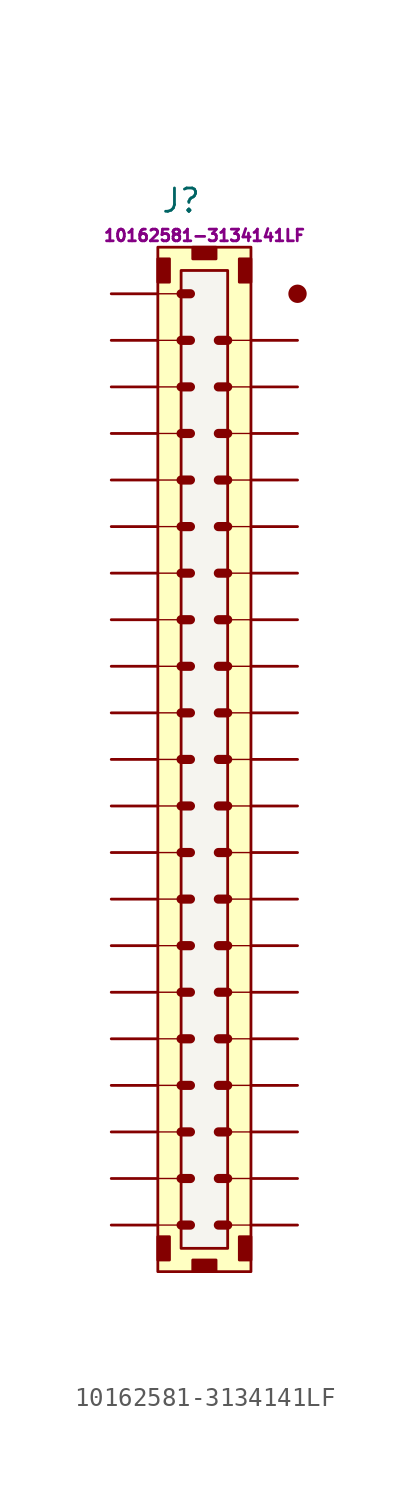
<source format=kicad_sym>
(kicad_symbol_lib
  (version 20220914)
  (generator kicad_symbol_editor)
  (symbol "10162581-3134141LF"
    (pin_numbers hide)
    (pin_names hide)
    (property "Reference" "J"
      (at -1.27 30.48 0)
      (effects (font (size 1.27 1.27))))
    (property "Mfr PN" "10162581-3134141LF"
      (at 0 28.575 0)
      (effects (font (size 0.635 0.635))))
    (symbol "10162581-3134141LF_1_0"
      (pin passive line (at -5.08 15.24 0) (length 2.54) (name "37" (effects (font (size 1.27 1.27)))) (number "37" (effects (font (size 1.27 1.27)))))
      (pin passive line (at -5.08 17.78 0) (length 2.54) (name "38" (effects (font (size 1.27 1.27)))) (number "38" (effects (font (size 1.27 1.27)))))
      (pin passive line (at -5.08 20.32 0) (length 2.54) (name "39" (effects (font (size 1.27 1.27)))) (number "39" (effects (font (size 1.27 1.27)))))
      (pin passive line (at -5.08 22.86 0) (length 2.54) (name "40" (effects (font (size 1.27 1.27)))) (number "40" (effects (font (size 1.27 1.27)))))
      (pin passive line (at -5.08 25.4 0) (length 2.54) (name "41" (effects (font (size 1.27 1.27)))) (number "41" (effects (font (size 1.27 1.27))))))
    (symbol "10162581-3134141LF_1_1"
      (rectangle (start -2.54 27.305) (end -1.905 26.035) (stroke (width 0) (type default)) (fill (type outline)))
      (rectangle (start -2.54 27.94) (end 2.54 -27.94) (stroke (width 0) (type default)) (fill (type background)))
      (rectangle (start -1.905 -27.305) (end -2.54 -26.035) (stroke (width 0) (type default)) (fill (type outline)))
      (rectangle (start -1.27 26.67) (end 1.27 -26.67) (stroke (width 0) (type default)) (fill (type color) (color 245 244 239 1)))
      (rectangle (start -0.635 -27.94) (end 0.635 -27.305) (stroke (width 0) (type default)) (fill (type outline)))
      (polyline (pts (xy -2.54 -25.4) (xy -1.27 -25.4)) (stroke (width 0.075) (type default)) (fill (type none)))
      (polyline (pts (xy -2.54 -22.86) (xy -1.27 -22.86)) (stroke (width 0.075) (type default)) (fill (type none)))
      (polyline (pts (xy -2.54 -20.32) (xy -1.27 -20.32)) (stroke (width 0.075) (type default)) (fill (type none)))
      (polyline (pts (xy -2.54 -17.78) (xy -1.27 -17.78)) (stroke (width 0.075) (type default)) (fill (type none)))
      (polyline (pts (xy -2.54 -15.24) (xy -1.27 -15.24)) (stroke (width 0.075) (type default)) (fill (type none)))
      (polyline (pts (xy -2.54 -12.7) (xy -1.27 -12.7)) (stroke (width 0.075) (type default)) (fill (type none)))
      (polyline (pts (xy -2.54 -10.16) (xy -1.27 -10.16)) (stroke (width 0.075) (type default)) (fill (type none)))
      (polyline (pts (xy -2.54 -7.62) (xy -1.27 -7.62)) (stroke (width 0.075) (type default)) (fill (type none)))
      (polyline (pts (xy -2.54 -5.08) (xy -1.27 -5.08)) (stroke (width 0.075) (type default)) (fill (type none)))
      (polyline (pts (xy -2.54 -2.54) (xy -1.27 -2.54)) (stroke (width 0.075) (type default)) (fill (type none)))
      (polyline (pts (xy -2.54 0) (xy -1.27 0)) (stroke (width 0.075) (type default)) (fill (type none)))
      (polyline (pts (xy -2.54 2.54) (xy -1.27 2.54)) (stroke (width 0.075) (type default)) (fill (type none)))
      (polyline (pts (xy -2.54 5.08) (xy -1.27 5.08)) (stroke (width 0.075) (type default)) (fill (type none)))
      (polyline (pts (xy -2.54 7.62) (xy -1.27 7.62)) (stroke (width 0.075) (type default)) (fill (type none)))
      (polyline (pts (xy -2.54 10.16) (xy -1.27 10.16)) (stroke (width 0.075) (type default)) (fill (type none)))
      (polyline (pts (xy -2.54 12.7) (xy -1.27 12.7)) (stroke (width 0.075) (type default)) (fill (type none)))
      (polyline (pts (xy -2.54 15.24) (xy -1.27 15.24)) (stroke (width 0.075) (type default)) (fill (type none)))
      (polyline (pts (xy -2.54 17.78) (xy -1.27 17.78)) (stroke (width 0.075) (type default)) (fill (type none)))
      (polyline (pts (xy -2.54 20.32) (xy -1.27 20.32)) (stroke (width 0.075) (type default)) (fill (type none)))
      (polyline (pts (xy -2.54 22.86) (xy -1.27 22.86)) (stroke (width 0.075) (type default)) (fill (type none)))
      (polyline (pts (xy -2.54 25.4) (xy -1.27 25.4)) (stroke (width 0.075) (type default)) (fill (type none)))
      (polyline (pts (xy -1.27 -25.4) (xy -0.762 -25.4)) (stroke (width 0.5) (type default)) (fill (type none)))
      (polyline (pts (xy -1.27 -22.86) (xy -0.762 -22.86)) (stroke (width 0.5) (type default)) (fill (type none)))
      (polyline (pts (xy -1.27 -20.32) (xy -0.762 -20.32)) (stroke (width 0.5) (type default)) (fill (type none)))
      (polyline (pts (xy -1.27 -17.78) (xy -0.762 -17.78)) (stroke (width 0.5) (type default)) (fill (type none)))
      (polyline (pts (xy -1.27 -15.24) (xy -0.762 -15.24)) (stroke (width 0.5) (type default)) (fill (type none)))
      (polyline (pts (xy -1.27 -12.7) (xy -0.762 -12.7)) (stroke (width 0.5) (type default)) (fill (type none)))
      (polyline (pts (xy -1.27 -10.16) (xy -0.762 -10.16)) (stroke (width 0.5) (type default)) (fill (type none)))
      (polyline (pts (xy -1.27 -7.62) (xy -0.762 -7.62)) (stroke (width 0.5) (type default)) (fill (type none)))
      (polyline (pts (xy -1.27 -5.08) (xy -0.762 -5.08)) (stroke (width 0.5) (type default)) (fill (type none)))
      (polyline (pts (xy -1.27 -2.54) (xy -0.762 -2.54)) (stroke (width 0.5) (type default)) (fill (type none)))
      (polyline (pts (xy -1.27 0) (xy -0.762 0)) (stroke (width 0.5) (type default)) (fill (type none)))
      (polyline (pts (xy -1.27 2.54) (xy -0.762 2.54)) (stroke (width 0.5) (type default)) (fill (type none)))
      (polyline (pts (xy -1.27 5.08) (xy -0.762 5.08)) (stroke (width 0.5) (type default)) (fill (type none)))
      (polyline (pts (xy -1.27 7.62) (xy -0.762 7.62)) (stroke (width 0.5) (type default)) (fill (type none)))
      (polyline (pts (xy -1.27 10.16) (xy -0.762 10.16)) (stroke (width 0.5) (type default)) (fill (type none)))
      (polyline (pts (xy -1.27 12.7) (xy -0.762 12.7)) (stroke (width 0.5) (type default)) (fill (type none)))
      (polyline (pts (xy -1.27 15.24) (xy -0.762 15.24)) (stroke (width 0.5) (type default)) (fill (type none)))
      (polyline (pts (xy -1.27 17.78) (xy -0.762 17.78)) (stroke (width 0.5) (type default)) (fill (type none)))
      (polyline (pts (xy -1.27 20.32) (xy -0.762 20.32)) (stroke (width 0.5) (type default)) (fill (type none)))
      (polyline (pts (xy -1.27 22.86) (xy -0.762 22.86)) (stroke (width 0.5) (type default)) (fill (type none)))
      (polyline (pts (xy -1.27 25.4) (xy -0.762 25.4)) (stroke (width 0.5) (type default)) (fill (type none)))
      (polyline (pts (xy 1.27 -25.4) (xy 0.762 -25.4)) (stroke (width 0.5) (type default)) (fill (type none)))
      (polyline (pts (xy 1.27 -22.86) (xy 0.762 -22.86)) (stroke (width 0.5) (type default)) (fill (type none)))
      (polyline (pts (xy 1.27 -20.32) (xy 0.762 -20.32)) (stroke (width 0.5) (type default)) (fill (type none)))
      (polyline (pts (xy 1.27 -17.78) (xy 0.762 -17.78)) (stroke (width 0.5) (type default)) (fill (type none)))
      (polyline (pts (xy 1.27 -15.24) (xy 0.762 -15.24)) (stroke (width 0.5) (type default)) (fill (type none)))
      (polyline (pts (xy 1.27 -12.7) (xy 0.762 -12.7)) (stroke (width 0.5) (type default)) (fill (type none)))
      (polyline (pts (xy 1.27 -10.16) (xy 0.762 -10.16)) (stroke (width 0.5) (type default)) (fill (type none)))
      (polyline (pts (xy 1.27 -7.62) (xy 0.762 -7.62)) (stroke (width 0.5) (type default)) (fill (type none)))
      (polyline (pts (xy 1.27 -5.08) (xy 0.762 -5.08)) (stroke (width 0.5) (type default)) (fill (type none)))
      (polyline (pts (xy 1.27 -2.54) (xy 0.762 -2.54)) (stroke (width 0.5) (type default)) (fill (type none)))
      (polyline (pts (xy 1.27 0) (xy 0.762 0)) (stroke (width 0.5) (type default)) (fill (type none)))
      (polyline (pts (xy 1.27 2.54) (xy 0.762 2.54)) (stroke (width 0.5) (type default)) (fill (type none)))
      (polyline (pts (xy 1.27 5.08) (xy 0.762 5.08)) (stroke (width 0.5) (type default)) (fill (type none)))
      (polyline (pts (xy 1.27 7.62) (xy 0.762 7.62)) (stroke (width 0.5) (type default)) (fill (type none)))
      (polyline (pts (xy 1.27 10.16) (xy 0.762 10.16)) (stroke (width 0.5) (type default)) (fill (type none)))
      (polyline (pts (xy 1.27 12.7) (xy 0.762 12.7)) (stroke (width 0.5) (type default)) (fill (type none)))
      (polyline (pts (xy 1.27 15.24) (xy 0.762 15.24)) (stroke (width 0.5) (type default)) (fill (type none)))
      (polyline (pts (xy 1.27 17.78) (xy 0.762 17.78)) (stroke (width 0.5) (type default)) (fill (type none)))
      (polyline (pts (xy 1.27 20.32) (xy 0.762 20.32)) (stroke (width 0.5) (type default)) (fill (type none)))
      (polyline (pts (xy 1.27 22.86) (xy 0.762 22.86)) (stroke (width 0.5) (type default)) (fill (type none)))
      (polyline (pts (xy 2.54 -25.4) (xy 1.27 -25.4)) (stroke (width 0.075) (type default)) (fill (type none)))
      (polyline (pts (xy 2.54 -22.86) (xy 1.27 -22.86)) (stroke (width 0.075) (type default)) (fill (type none)))
      (polyline (pts (xy 2.54 -20.32) (xy 1.27 -20.32)) (stroke (width 0.075) (type default)) (fill (type none)))
      (polyline (pts (xy 2.54 -17.78) (xy 1.27 -17.78)) (stroke (width 0.075) (type default)) (fill (type none)))
      (polyline (pts (xy 2.54 -15.24) (xy 1.27 -15.24)) (stroke (width 0.075) (type default)) (fill (type none)))
      (polyline (pts (xy 2.54 -12.7) (xy 1.27 -12.7)) (stroke (width 0.075) (type default)) (fill (type none)))
      (polyline (pts (xy 2.54 -10.16) (xy 1.27 -10.16)) (stroke (width 0.075) (type default)) (fill (type none)))
      (polyline (pts (xy 2.54 -7.62) (xy 1.27 -7.62)) (stroke (width 0.075) (type default)) (fill (type none)))
      (polyline (pts (xy 2.54 -5.08) (xy 1.27 -5.08)) (stroke (width 0.075) (type default)) (fill (type none)))
      (polyline (pts (xy 2.54 -2.54) (xy 1.27 -2.54)) (stroke (width 0.075) (type default)) (fill (type none)))
      (polyline (pts (xy 2.54 0) (xy 1.27 0)) (stroke (width 0.075) (type default)) (fill (type none)))
      (polyline (pts (xy 2.54 2.54) (xy 1.27 2.54)) (stroke (width 0.075) (type default)) (fill (type none)))
      (polyline (pts (xy 2.54 5.08) (xy 1.27 5.08)) (stroke (width 0.075) (type default)) (fill (type none)))
      (polyline (pts (xy 2.54 7.62) (xy 1.27 7.62)) (stroke (width 0.075) (type default)) (fill (type none)))
      (polyline (pts (xy 2.54 10.16) (xy 1.27 10.16)) (stroke (width 0.075) (type default)) (fill (type none)))
      (polyline (pts (xy 2.54 12.7) (xy 1.27 12.7)) (stroke (width 0.075) (type default)) (fill (type none)))
      (polyline (pts (xy 2.54 15.24) (xy 1.27 15.24)) (stroke (width 0.075) (type default)) (fill (type none)))
      (polyline (pts (xy 2.54 17.78) (xy 1.27 17.78)) (stroke (width 0.075) (type default)) (fill (type none)))
      (polyline (pts (xy 2.54 20.32) (xy 1.27 20.32)) (stroke (width 0.075) (type default)) (fill (type none)))
      (polyline (pts (xy 2.54 22.86) (xy 1.27 22.86)) (stroke (width 0.075) (type default)) (fill (type none)))
      (rectangle (start 0.635 27.94) (end -0.635 27.305) (stroke (width 0) (type default)) (fill (type outline)))
      (rectangle (start 1.905 27.305) (end 2.54 26.035) (stroke (width 0) (type default)) (fill (type outline)))
      (rectangle (start 2.54 -27.305) (end 1.905 -26.035) (stroke (width 0) (type default)) (fill (type outline)))
      (circle (center 5.08 25.4) (radius 0.0001) (stroke (width 1) (type default)) (fill (type outline)))
      (pin passive line (at 5.08 22.86 180) (length 2.54) (name "1" (effects (font (size 1.27 1.27)))) (number "1" (effects (font (size 1.27 1.27)))))
      (pin passive line (at 5.08 0 180) (length 2.54) (name "10" (effects (font (size 1.27 1.27)))) (number "10" (effects (font (size 1.27 1.27)))))
      (pin passive line (at 5.08 -2.54 180) (length 2.54) (name "11" (effects (font (size 1.27 1.27)))) (number "11" (effects (font (size 1.27 1.27)))))
      (pin passive line (at 5.08 -5.08 180) (length 2.54) (name "12" (effects (font (size 1.27 1.27)))) (number "12" (effects (font (size 1.27 1.27)))))
      (pin passive line (at 5.08 -7.62 180) (length 2.54) (name "13" (effects (font (size 1.27 1.27)))) (number "13" (effects (font (size 1.27 1.27)))))
      (pin passive line (at 5.08 -10.16 180) (length 2.54) (name "14" (effects (font (size 1.27 1.27)))) (number "14" (effects (font (size 1.27 1.27)))))
      (pin passive line (at 5.08 -12.7 180) (length 2.54) (name "15" (effects (font (size 1.27 1.27)))) (number "15" (effects (font (size 1.27 1.27)))))
      (pin passive line (at 5.08 -15.24 180) (length 2.54) (name "16" (effects (font (size 1.27 1.27)))) (number "16" (effects (font (size 1.27 1.27)))))
      (pin passive line (at 5.08 -17.78 180) (length 2.54) (name "17" (effects (font (size 1.27 1.27)))) (number "17" (effects (font (size 1.27 1.27)))))
      (pin passive line (at 5.08 -20.32 180) (length 2.54) (name "18" (effects (font (size 1.27 1.27)))) (number "18" (effects (font (size 1.27 1.27)))))
      (pin passive line (at 5.08 -22.86 180) (length 2.54) (name "19" (effects (font (size 1.27 1.27)))) (number "19" (effects (font (size 1.27 1.27)))))
      (pin passive line (at 5.08 20.32 180) (length 2.54) (name "2" (effects (font (size 1.27 1.27)))) (number "2" (effects (font (size 1.27 1.27)))))
      (pin passive line (at 5.08 -25.4 180) (length 2.54) (name "20" (effects (font (size 1.27 1.27)))) (number "20" (effects (font (size 1.27 1.27)))))
      (pin passive line (at -5.08 -25.4 0) (length 2.54) (name "21" (effects (font (size 1.27 1.27)))) (number "21" (effects (font (size 1.27 1.27)))))
      (pin passive line (at -5.08 -22.86 0) (length 2.54) (name "22" (effects (font (size 1.27 1.27)))) (number "22" (effects (font (size 1.27 1.27)))))
      (pin passive line (at -5.08 -20.32 0) (length 2.54) (name "23" (effects (font (size 1.27 1.27)))) (number "23" (effects (font (size 1.27 1.27)))))
      (pin passive line (at -5.08 -17.78 0) (length 2.54) (name "24" (effects (font (size 1.27 1.27)))) (number "24" (effects (font (size 1.27 1.27)))))
      (pin passive line (at -5.08 -15.24 0) (length 2.54) (name "25" (effects (font (size 1.27 1.27)))) (number "25" (effects (font (size 1.27 1.27)))))
      (pin passive line (at -5.08 -12.7 0) (length 2.54) (name "26" (effects (font (size 1.27 1.27)))) (number "26" (effects (font (size 1.27 1.27)))))
      (pin passive line (at -5.08 -10.16 0) (length 2.54) (name "27" (effects (font (size 1.27 1.27)))) (number "27" (effects (font (size 1.27 1.27)))))
      (pin passive line (at -5.08 -7.62 0) (length 2.54) (name "28" (effects (font (size 1.27 1.27)))) (number "28" (effects (font (size 1.27 1.27)))))
      (pin passive line (at -5.08 -5.08 0) (length 2.54) (name "29" (effects (font (size 1.27 1.27)))) (number "29" (effects (font (size 1.27 1.27)))))
      (pin passive line (at 5.08 17.78 180) (length 2.54) (name "3" (effects (font (size 1.27 1.27)))) (number "3" (effects (font (size 1.27 1.27)))))
      (pin passive line (at -5.08 -2.54 0) (length 2.54) (name "30" (effects (font (size 1.27 1.27)))) (number "30" (effects (font (size 1.27 1.27)))))
      (pin passive line (at -5.08 0 0) (length 2.54) (name "31" (effects (font (size 1.27 1.27)))) (number "31" (effects (font (size 1.27 1.27)))))
      (pin passive line (at -5.08 2.54 0) (length 2.54) (name "32" (effects (font (size 1.27 1.27)))) (number "32" (effects (font (size 1.27 1.27)))))
      (pin passive line (at -5.08 5.08 0) (length 2.54) (name "33" (effects (font (size 1.27 1.27)))) (number "33" (effects (font (size 1.27 1.27)))))
      (pin passive line (at -5.08 7.62 0) (length 2.54) (name "34" (effects (font (size 1.27 1.27)))) (number "34" (effects (font (size 1.27 1.27)))))
      (pin passive line (at -5.08 10.16 0) (length 2.54) (name "35" (effects (font (size 1.27 1.27)))) (number "35" (effects (font (size 1.27 1.27)))))
      (pin passive line (at -5.08 12.7 0) (length 2.54) (name "36" (effects (font (size 1.27 1.27)))) (number "36" (effects (font (size 1.27 1.27)))))
      (pin passive line (at 5.08 15.24 180) (length 2.54) (name "4" (effects (font (size 1.27 1.27)))) (number "4" (effects (font (size 1.27 1.27)))))
      (pin passive line (at 5.08 12.7 180) (length 2.54) (name "5" (effects (font (size 1.27 1.27)))) (number "5" (effects (font (size 1.27 1.27)))))
      (pin passive line (at 5.08 10.16 180) (length 2.54) (name "6" (effects (font (size 1.27 1.27)))) (number "6" (effects (font (size 1.27 1.27)))))
      (pin passive line (at 5.08 7.62 180) (length 2.54) (name "7" (effects (font (size 1.27 1.27)))) (number "7" (effects (font (size 1.27 1.27)))))
      (pin passive line (at 5.08 5.08 180) (length 2.54) (name "8" (effects (font (size 1.27 1.27)))) (number "8" (effects (font (size 1.27 1.27)))))
      (pin passive line (at 5.08 2.54 180) (length 2.54) (name "9" (effects (font (size 1.27 1.27)))) (number "9" (effects (font (size 1.27 1.27))))))))
</source>
